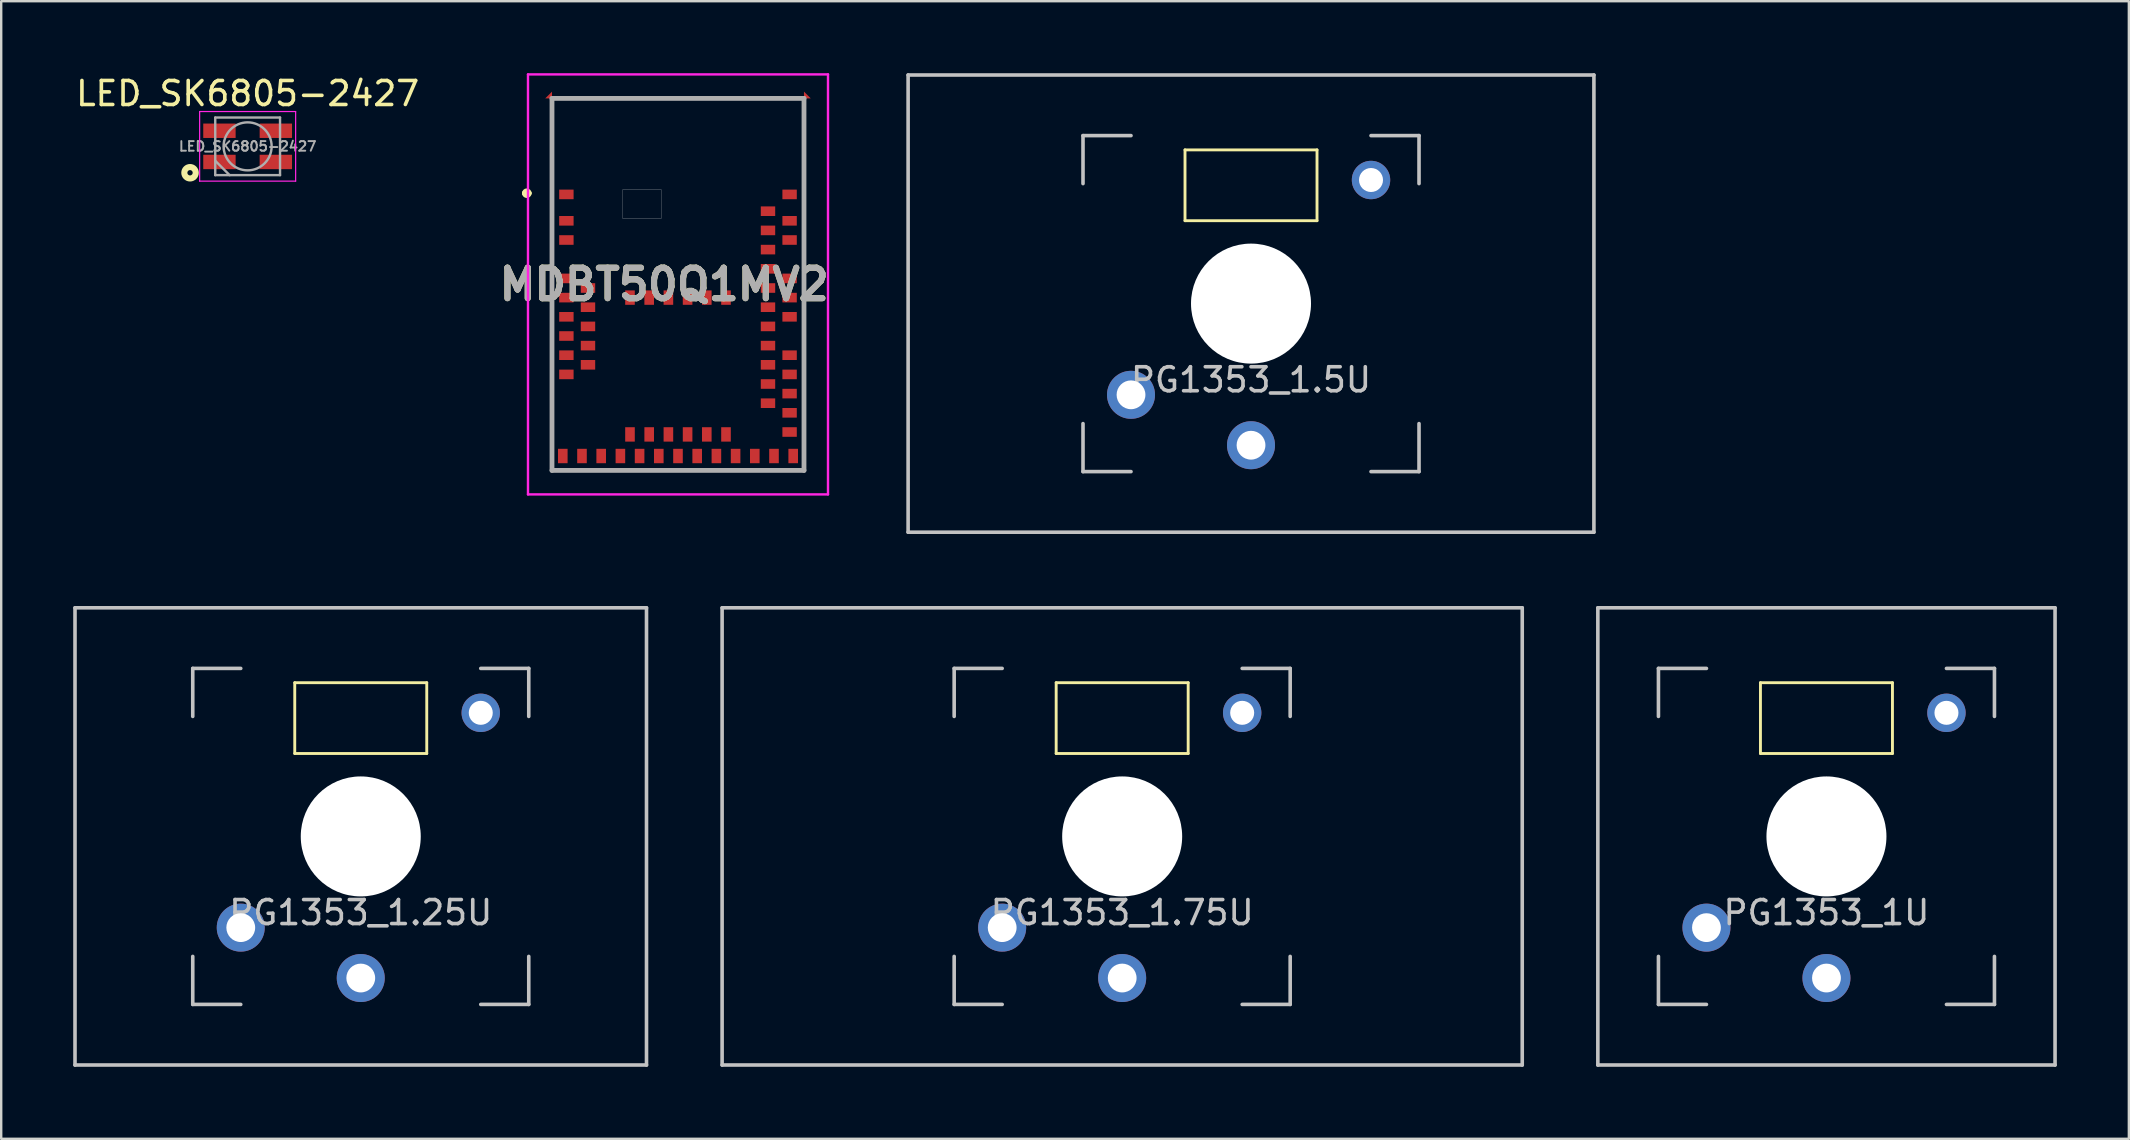
<source format=kicad_pcb>
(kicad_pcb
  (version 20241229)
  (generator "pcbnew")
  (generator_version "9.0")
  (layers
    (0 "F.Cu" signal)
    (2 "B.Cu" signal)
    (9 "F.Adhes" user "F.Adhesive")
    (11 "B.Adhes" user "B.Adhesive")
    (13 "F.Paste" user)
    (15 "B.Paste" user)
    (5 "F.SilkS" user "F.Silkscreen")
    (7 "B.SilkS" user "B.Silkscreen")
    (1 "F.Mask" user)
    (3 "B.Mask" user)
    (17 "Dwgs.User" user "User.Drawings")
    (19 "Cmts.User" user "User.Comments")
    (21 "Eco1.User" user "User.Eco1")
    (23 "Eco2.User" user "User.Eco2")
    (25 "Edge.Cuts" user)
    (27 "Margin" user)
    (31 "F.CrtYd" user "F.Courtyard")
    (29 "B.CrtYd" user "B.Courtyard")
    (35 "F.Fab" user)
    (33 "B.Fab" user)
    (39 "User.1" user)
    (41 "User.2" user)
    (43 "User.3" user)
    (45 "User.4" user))
  (footprint "PG1353_1.75U"
    (layer "F.Cu")
    (at 43.706 31.8)
    (property "Reference" "PG1353_1.75U" (at 0 3.175 0) (layer "Dwgs.User") (effects (font (size 1 1) (thickness 0.15))))
    (attr through_hole)
    (fp_line (start -2.75 -6.405) (end 2.75 -6.405) (stroke (width 0.12) (type solid)) (layer "F.SilkS"))
    (fp_line (start -2.75 -3.455) (end -2.75 -6.405) (stroke (width 0.12) (type solid)) (layer "F.SilkS"))
    (fp_line (start 2.75 -6.405) (end 2.75 -3.455) (stroke (width 0.12) (type solid)) (layer "F.SilkS"))
    (fp_line (start 2.75 -3.455) (end -2.75 -3.455) (stroke (width 0.12) (type solid)) (layer "F.SilkS"))
    (fp_line (start -16.669 -9.525) (end 16.669 -9.525) (stroke (width 0.15) (type solid)) (layer "Dwgs.User"))
    (fp_line (start -16.669 9.525) (end -16.669 -9.525) (stroke (width 0.15) (type solid)) (layer "Dwgs.User"))
    (fp_line (start -7 -7) (end -7 -5) (stroke (width 0.15) (type solid)) (layer "Dwgs.User"))
    (fp_line (start -7 7) (end -7 5) (stroke (width 0.15) (type solid)) (layer "Dwgs.User"))
    (fp_line (start -5 -7) (end -7 -7) (stroke (width 0.15) (type solid)) (layer "Dwgs.User"))
    (fp_line (start -5 7) (end -7 7) (stroke (width 0.15) (type solid)) (layer "Dwgs.User"))
    (fp_line (start 5 7) (end 7 7) (stroke (width 0.15) (type solid)) (layer "Dwgs.User"))
    (fp_line (start 7 -7) (end 5 -7) (stroke (width 0.15) (type solid)) (layer "Dwgs.User"))
    (fp_line (start 7 -5) (end 7 -7) (stroke (width 0.15) (type solid)) (layer "Dwgs.User"))
    (fp_line (start 7 7) (end 7 5) (stroke (width 0.15) (type solid)) (layer "Dwgs.User"))
    (fp_line (start 16.669 -9.525) (end 16.669 9.525) (stroke (width 0.15) (type solid)) (layer "Dwgs.User"))
    (fp_line (start 16.669 9.525) (end -16.669 9.525) (stroke (width 0.15) (type solid)) (layer "Dwgs.User"))
    (pad "" np_thru_hole circle (at 0 0 180) (size 5 5) (drill 5) (layers "*.Cu" "*.Mask"))
    (pad "" thru_hole circle (at 5 -5.15 180) (size 1.6 1.6) (drill 1) (layers "*.Cu" "B.Mask"))
    (pad "1" thru_hole circle (at 0 5.9 180) (size 2 2) (drill 1.2) (layers "*.Cu" "B.Mask"))
    (pad "2" thru_hole circle (at -5 3.8 180) (size 2 2) (drill 1.2) (layers "*.Cu" "B.Mask")))
  (footprint "LED_SK6805-2427"
    (layer "F.Cu")
    (at 7.268 3.048)
    (property "Reference" "LED_SK6805-2427" (at 0 -2.2 0) (layer "F.SilkS") (effects (font (size 1 1) (thickness 0.15))))
    (attr smd)
    (fp_circle (center -2.4 1.1) (end -2.289 1.1) (stroke (width 0.254) (type solid)) (fill no) (layer "F.SilkS"))
    (fp_line (start -2 -1.45) (end -2 1.45) (stroke (width 0.05) (type solid)) (layer "F.CrtYd"))
    (fp_line (start -2 1.45) (end 2 1.45) (stroke (width 0.05) (type solid)) (layer "F.CrtYd"))
    (fp_line (start 2 -1.45) (end -2 -1.45) (stroke (width 0.05) (type solid)) (layer "F.CrtYd"))
    (fp_line (start 2 1.45) (end 2 -1.45) (stroke (width 0.05) (type solid)) (layer "F.CrtYd"))
    (fp_line (start -1.35 -1.2) (end -1.35 1.2) (stroke (width 0.1) (type solid)) (layer "F.Fab"))
    (fp_line (start -1.35 0.6) (end -0.75 1.2) (stroke (width 0.1) (type solid)) (layer "F.Fab"))
    (fp_line (start -1.35 1.2) (end 1.35 1.2) (stroke (width 0.1) (type solid)) (layer "F.Fab"))
    (fp_line (start 1.35 -1.2) (end -1.35 -1.2) (stroke (width 0.1) (type solid)) (layer "F.Fab"))
    (fp_line (start 1.35 1.2) (end 1.35 -1.2) (stroke (width 0.1) (type solid)) (layer "F.Fab"))
    (fp_circle (center 0 0) (end 0 -1) (stroke (width 0.1) (type solid)) (fill no) (layer "F.Fab"))
    (fp_text user "${REFERENCE}" (at 0 0 0) (layer "F.Fab") (effects (font (size 0.4 0.4) (thickness 0.08))))
    (pad "1" smd rect (at -1.175 -0.65) (size 1.349 0.6) (layers "F.Cu" "F.Mask" "F.Paste"))
    (pad "2" smd rect (at -1.175 0.65) (size 1.349 0.6) (layers "F.Cu" "F.Mask" "F.Paste"))
    (pad "3" smd rect (at 1.175 0.65) (size 1.349 0.6) (layers "F.Cu" "F.Mask" "F.Paste"))
    (pad "4" smd rect (at 1.175 -0.65) (size 1.349 0.6) (layers "F.Cu" "F.Mask" "F.Paste")))
  (footprint "PG1353_1.5U"
    (layer "F.Cu")
    (at 49.074 9.6)
    (property "Reference" "PG1353_1.5U" (at 0 3.175 0) (layer "Dwgs.User") (effects (font (size 1 1) (thickness 0.15))))
    (attr through_hole)
    (fp_line (start -2.75 -6.405) (end 2.75 -6.405) (stroke (width 0.12) (type solid)) (layer "F.SilkS"))
    (fp_line (start -2.75 -3.455) (end -2.75 -6.405) (stroke (width 0.12) (type solid)) (layer "F.SilkS"))
    (fp_line (start 2.75 -6.405) (end 2.75 -3.455) (stroke (width 0.12) (type solid)) (layer "F.SilkS"))
    (fp_line (start 2.75 -3.455) (end -2.75 -3.455) (stroke (width 0.12) (type solid)) (layer "F.SilkS"))
    (fp_line (start -14.287 -9.525) (end 14.287 -9.525) (stroke (width 0.15) (type solid)) (layer "Dwgs.User"))
    (fp_line (start -14.287 9.525) (end -14.287 -9.525) (stroke (width 0.15) (type solid)) (layer "Dwgs.User"))
    (fp_line (start -7 -7) (end -7 -5) (stroke (width 0.15) (type solid)) (layer "Dwgs.User"))
    (fp_line (start -7 7) (end -7 5) (stroke (width 0.15) (type solid)) (layer "Dwgs.User"))
    (fp_line (start -5 -7) (end -7 -7) (stroke (width 0.15) (type solid)) (layer "Dwgs.User"))
    (fp_line (start -5 7) (end -7 7) (stroke (width 0.15) (type solid)) (layer "Dwgs.User"))
    (fp_line (start 5 7) (end 7 7) (stroke (width 0.15) (type solid)) (layer "Dwgs.User"))
    (fp_line (start 7 -7) (end 5 -7) (stroke (width 0.15) (type solid)) (layer "Dwgs.User"))
    (fp_line (start 7 -5) (end 7 -7) (stroke (width 0.15) (type solid)) (layer "Dwgs.User"))
    (fp_line (start 7 7) (end 7 5) (stroke (width 0.15) (type solid)) (layer "Dwgs.User"))
    (fp_line (start 14.287 -9.525) (end 14.287 9.525) (stroke (width 0.15) (type solid)) (layer "Dwgs.User"))
    (fp_line (start 14.287 9.525) (end -14.287 9.525) (stroke (width 0.15) (type solid)) (layer "Dwgs.User"))
    (pad "" np_thru_hole circle (at 0 0 180) (size 5 5) (drill 5) (layers "*.Cu" "*.Mask"))
    (pad "" thru_hole circle (at 5 -5.15 180) (size 1.6 1.6) (drill 1) (layers "*.Cu" "B.Mask"))
    (pad "1" thru_hole circle (at 0 5.9 180) (size 2 2) (drill 1.2) (layers "*.Cu" "B.Mask"))
    (pad "2" thru_hole circle (at -5 3.8 180) (size 2 2) (drill 1.2) (layers "*.Cu" "B.Mask")))
  (footprint "MDBT50Q1MV2"
    (layer "F.Cu")
    (at 25.199 16.55)
    (property "Reference" "MDBT50Q1MV2" (at -0.575 -7.75 0) (layer "F.SilkS") (effects (font (size 1.27 1.27) (thickness 0.254))))
    (attr smd)
    (fp_line (start -6.4 -11.55) (end -6.4 -11.55) (stroke (width 0.2) (type solid)) (layer "F.SilkS"))
    (fp_line (start -6.2 -11.55) (end -6.2 -11.55) (stroke (width 0.2) (type solid)) (layer "F.SilkS"))
    (fp_line (start -5.25 -0.1) (end -5.25 -15.4) (stroke (width 0.1) (type solid)) (layer "F.SilkS"))
    (fp_line (start -5.15 -15.5) (end 5.15 -15.5) (stroke (width 0.1) (type solid)) (layer "F.SilkS"))
    (fp_line (start 5.15 0) (end -5.15 0) (stroke (width 0.1) (type solid)) (layer "F.SilkS"))
    (fp_line (start 5.25 -15.4) (end 5.25 -0.1) (stroke (width 0.1) (type solid)) (layer "F.SilkS"))
    (fp_arc (start -6.4 -11.55) (mid -6.3 -11.65) (end -6.2 -11.55) (stroke (width 0.2) (type solid)) (layer "F.SilkS"))
    (fp_arc (start -6.2 -11.55) (mid -6.3 -11.45) (end -6.4 -11.55) (stroke (width 0.2) (type solid)) (layer "F.SilkS"))
    (fp_line (start -2.3 -11.7) (end -0.7 -11.7) (stroke (width 0.01) (type solid)) (layer "Dwgs.User"))
    (fp_line (start -2.3 -10.5) (end -2.3 -11.7) (stroke (width 0.01) (type solid)) (layer "Dwgs.User"))
    (fp_line (start -0.7 -11.7) (end -0.7 -10.5) (stroke (width 0.01) (type solid)) (layer "Dwgs.User"))
    (fp_line (start -0.7 -10.5) (end -2.3 -10.5) (stroke (width 0.01) (type solid)) (layer "Dwgs.User"))
    (fp_line (start -6.25 -16.5) (end 6.25 -16.5) (stroke (width 0.1) (type solid)) (layer "F.CrtYd"))
    (fp_line (start -6.25 1) (end -6.25 -16.5) (stroke (width 0.1) (type solid)) (layer "F.CrtYd"))
    (fp_line (start 6.25 -16.5) (end 6.25 1) (stroke (width 0.1) (type solid)) (layer "F.CrtYd"))
    (fp_line (start 6.25 1) (end -6.25 1) (stroke (width 0.1) (type solid)) (layer "F.CrtYd"))
    (fp_line (start -5.25 -15.5) (end 5.25 -15.5) (stroke (width 0.2) (type solid)) (layer "F.Fab"))
    (fp_line (start -5.25 0) (end -5.25 -15.5) (stroke (width 0.2) (type solid)) (layer "F.Fab"))
    (fp_line (start 5.25 -15.5) (end 5.25 0) (stroke (width 0.2) (type solid)) (layer "F.Fab"))
    (fp_line (start 5.25 0) (end -5.25 0) (stroke (width 0.2) (type solid)) (layer "F.Fab"))
    (fp_text user "${REFERENCE}" (at -0.575 -7.75 0) (layer "F.Fab") (effects (font (size 1.27 1.27) (thickness 0.254))))
    (pad "" smd trapezoid (at -5.32 -15.57 225) (size 0.2 0.2) (rect_delta 0 0.2) (layers "F.Cu" "F.Mask" "F.Paste"))
    (pad "" smd trapezoid (at -5.32 0.07 315) (size 0.2 0.2) (rect_delta 0 0.2) (layers "F.Mask" "F.Paste"))
    (pad "" smd trapezoid (at 5.32 -15.57 135) (size 0.2 0.2) (rect_delta 0 0.2) (layers "F.Cu" "F.Mask" "F.Paste"))
    (pad "" smd trapezoid (at 5.32 0.07 45) (size 0.2 0.2) (rect_delta 0 0.2) (layers "F.Mask" "F.Paste"))
    (pad "1" smd rect (at -4.65 -11.5 90) (size 0.4 0.6) (layers "F.Cu" "F.Mask" "F.Paste"))
    (pad "2" smd rect (at -4.65 -10.4 90) (size 0.4 0.6) (layers "F.Cu" "F.Mask" "F.Paste"))
    (pad "3" smd rect (at -4.65 -9.6 90) (size 0.4 0.6) (layers "F.Cu" "F.Mask" "F.Paste"))
    (pad "4" smd rect (at -4.65 -8 90) (size 0.4 0.6) (layers "F.Cu" "F.Mask" "F.Paste"))
    (pad "5" smd rect (at -3.75 -7.6 90) (size 0.4 0.6) (layers "F.Cu" "F.Mask" "F.Paste"))
    (pad "6" smd rect (at -4.65 -7.2 90) (size 0.4 0.6) (layers "F.Cu" "F.Mask" "F.Paste"))
    (pad "7" smd rect (at -3.75 -6.8 90) (size 0.4 0.6) (layers "F.Cu" "F.Mask" "F.Paste"))
    (pad "8" smd rect (at -4.65 -6.4 90) (size 0.4 0.6) (layers "F.Cu" "F.Mask" "F.Paste"))
    (pad "9" smd rect (at -3.75 -6 90) (size 0.4 0.6) (layers "F.Cu" "F.Mask" "F.Paste"))
    (pad "10" smd rect (at -4.65 -5.6 90) (size 0.4 0.6) (layers "F.Cu" "F.Mask" "F.Paste"))
    (pad "11" smd rect (at -3.75 -5.2 90) (size 0.4 0.6) (layers "F.Cu" "F.Mask" "F.Paste"))
    (pad "12" smd rect (at -4.65 -4.8 90) (size 0.4 0.6) (layers "F.Cu" "F.Mask" "F.Paste"))
    (pad "13" smd rect (at -3.75 -4.4 90) (size 0.4 0.6) (layers "F.Cu" "F.Mask" "F.Paste"))
    (pad "14" smd rect (at -4.65 -4 90) (size 0.4 0.6) (layers "F.Cu" "F.Mask" "F.Paste"))
    (pad "15" smd rect (at -4.8 -0.6) (size 0.4 0.6) (layers "F.Cu" "F.Mask" "F.Paste"))
    (pad "16" smd rect (at -4 -0.6) (size 0.4 0.6) (layers "F.Cu" "F.Mask" "F.Paste"))
    (pad "17" smd rect (at -3.2 -0.6) (size 0.4 0.6) (layers "F.Cu" "F.Mask" "F.Paste"))
    (pad "18" smd rect (at -2.4 -0.6) (size 0.4 0.6) (layers "F.Cu" "F.Mask" "F.Paste"))
    (pad "19" smd rect (at -2 -1.5) (size 0.4 0.6) (layers "F.Cu" "F.Mask" "F.Paste"))
    (pad "20" smd rect (at -1.6 -0.6) (size 0.4 0.6) (layers "F.Cu" "F.Mask" "F.Paste"))
    (pad "21" smd rect (at -1.2 -1.5) (size 0.4 0.6) (layers "F.Cu" "F.Mask" "F.Paste"))
    (pad "22" smd rect (at -0.8 -0.6) (size 0.4 0.6) (layers "F.Cu" "F.Mask" "F.Paste"))
    (pad "23" smd rect (at -0.4 -1.5) (size 0.4 0.6) (layers "F.Cu" "F.Mask" "F.Paste"))
    (pad "24" smd rect (at 0 -0.6) (size 0.4 0.6) (layers "F.Cu" "F.Mask" "F.Paste"))
    (pad "25" smd rect (at 0.4 -1.5) (size 0.4 0.6) (layers "F.Cu" "F.Mask" "F.Paste"))
    (pad "26" smd rect (at 0.8 -0.6) (size 0.4 0.6) (layers "F.Cu" "F.Mask" "F.Paste"))
    (pad "27" smd rect (at 1.2 -1.5) (size 0.4 0.6) (layers "F.Cu" "F.Mask" "F.Paste"))
    (pad "28" smd rect (at 1.6 -0.6) (size 0.4 0.6) (layers "F.Cu" "F.Mask" "F.Paste"))
    (pad "29" smd rect (at 2 -1.5) (size 0.4 0.6) (layers "F.Cu" "F.Mask" "F.Paste"))
    (pad "30" smd rect (at 2.4 -0.6) (size 0.4 0.6) (layers "F.Cu" "F.Mask" "F.Paste"))
    (pad "31" smd rect (at 3.2 -0.6) (size 0.4 0.6) (layers "F.Cu" "F.Mask" "F.Paste"))
    (pad "32" smd rect (at 4 -0.6) (size 0.4 0.6) (layers "F.Cu" "F.Mask" "F.Paste"))
    (pad "33" smd rect (at 4.8 -0.6) (size 0.4 0.6) (layers "F.Cu" "F.Mask" "F.Paste"))
    (pad "34" smd rect (at 4.65 -1.6 90) (size 0.4 0.6) (layers "F.Cu" "F.Mask" "F.Paste"))
    (pad "35" smd rect (at 4.65 -2.4 90) (size 0.4 0.6) (layers "F.Cu" "F.Mask" "F.Paste"))
    (pad "36" smd rect (at 3.75 -2.8 90) (size 0.4 0.6) (layers "F.Cu" "F.Mask" "F.Paste"))
    (pad "37" smd rect (at 4.65 -3.2 90) (size 0.4 0.6) (layers "F.Cu" "F.Mask" "F.Paste"))
    (pad "38" smd rect (at 3.75 -3.6 90) (size 0.4 0.6) (layers "F.Cu" "F.Mask" "F.Paste"))
    (pad "39" smd rect (at 4.65 -4 90) (size 0.4 0.6) (layers "F.Cu" "F.Mask" "F.Paste"))
    (pad "40" smd rect (at 3.75 -4.4 90) (size 0.4 0.6) (layers "F.Cu" "F.Mask" "F.Paste"))
    (pad "41" smd rect (at 4.65 -4.8 90) (size 0.4 0.6) (layers "F.Cu" "F.Mask" "F.Paste"))
    (pad "42" smd rect (at 3.75 -5.2 90) (size 0.4 0.6) (layers "F.Cu" "F.Mask" "F.Paste"))
    (pad "43" smd rect (at 3.75 -6 90) (size 0.4 0.6) (layers "F.Cu" "F.Mask" "F.Paste"))
    (pad "44" smd rect (at 4.65 -6.4 90) (size 0.4 0.6) (layers "F.Cu" "F.Mask" "F.Paste"))
    (pad "45" smd rect (at 3.75 -6.8 90) (size 0.4 0.6) (layers "F.Cu" "F.Mask" "F.Paste"))
    (pad "46" smd rect (at 4.65 -7.2 90) (size 0.4 0.6) (layers "F.Cu" "F.Mask" "F.Paste"))
    (pad "47" smd rect (at 3.75 -7.6 90) (size 0.4 0.6) (layers "F.Cu" "F.Mask" "F.Paste"))
    (pad "48" smd rect (at 4.65 -8 90) (size 0.4 0.6) (layers "F.Cu" "F.Mask" "F.Paste"))
    (pad "49" smd rect (at 3.75 -8.4 90) (size 0.4 0.6) (layers "F.Cu" "F.Mask" "F.Paste"))
    (pad "50" smd rect (at 3.75 -9.2 90) (size 0.4 0.6) (layers "F.Cu" "F.Mask" "F.Paste"))
    (pad "51" smd rect (at 4.65 -9.6 90) (size 0.4 0.6) (layers "F.Cu" "F.Mask" "F.Paste"))
    (pad "52" smd rect (at 3.75 -10 90) (size 0.4 0.6) (layers "F.Cu" "F.Mask" "F.Paste"))
    (pad "53" smd rect (at 4.65 -10.4 90) (size 0.4 0.6) (layers "F.Cu" "F.Mask" "F.Paste"))
    (pad "54" smd rect (at 3.75 -10.8 90) (size 0.4 0.6) (layers "F.Cu" "F.Mask" "F.Paste"))
    (pad "55" smd rect (at 4.65 -11.5 90) (size 0.4 0.6) (layers "F.Cu" "F.Mask" "F.Paste"))
    (pad "56" smd rect (at -2 -7.2) (size 0.4 0.6) (layers "F.Cu" "F.Mask" "F.Paste"))
    (pad "57" smd rect (at -1.2 -7.2) (size 0.4 0.6) (layers "F.Cu" "F.Mask" "F.Paste"))
    (pad "58" smd rect (at -0.4 -7.2) (size 0.4 0.6) (layers "F.Cu" "F.Mask" "F.Paste"))
    (pad "59" smd rect (at 0.4 -7.2) (size 0.4 0.6) (layers "F.Cu" "F.Mask" "F.Paste"))
    (pad "60" smd rect (at 1.2 -7.2) (size 0.4 0.6) (layers "F.Cu" "F.Mask" "F.Paste"))
    (pad "61" smd rect (at 2 -7.2) (size 0.4 0.6) (layers "F.Cu" "F.Mask" "F.Paste")))
  (footprint "PG1353_1.25U"
    (layer "F.Cu")
    (at 11.981 31.8)
    (property "Reference" "PG1353_1.25U" (at 0 3.175 0) (layer "Dwgs.User") (effects (font (size 1 1) (thickness 0.15))))
    (attr through_hole)
    (fp_line (start -2.75 -6.405) (end 2.75 -6.405) (stroke (width 0.12) (type solid)) (layer "F.SilkS"))
    (fp_line (start -2.75 -3.455) (end -2.75 -6.405) (stroke (width 0.12) (type solid)) (layer "F.SilkS"))
    (fp_line (start 2.75 -6.405) (end 2.75 -3.455) (stroke (width 0.12) (type solid)) (layer "F.SilkS"))
    (fp_line (start 2.75 -3.455) (end -2.75 -3.455) (stroke (width 0.12) (type solid)) (layer "F.SilkS"))
    (fp_line (start -11.906 -9.525) (end 11.906 -9.525) (stroke (width 0.15) (type solid)) (layer "Dwgs.User"))
    (fp_line (start -11.906 9.525) (end -11.906 -9.525) (stroke (width 0.15) (type solid)) (layer "Dwgs.User"))
    (fp_line (start -7 -7) (end -7 -5) (stroke (width 0.15) (type solid)) (layer "Dwgs.User"))
    (fp_line (start -7 7) (end -7 5) (stroke (width 0.15) (type solid)) (layer "Dwgs.User"))
    (fp_line (start -5 -7) (end -7 -7) (stroke (width 0.15) (type solid)) (layer "Dwgs.User"))
    (fp_line (start -5 7) (end -7 7) (stroke (width 0.15) (type solid)) (layer "Dwgs.User"))
    (fp_line (start 5 7) (end 7 7) (stroke (width 0.15) (type solid)) (layer "Dwgs.User"))
    (fp_line (start 7 -7) (end 5 -7) (stroke (width 0.15) (type solid)) (layer "Dwgs.User"))
    (fp_line (start 7 -5) (end 7 -7) (stroke (width 0.15) (type solid)) (layer "Dwgs.User"))
    (fp_line (start 7 7) (end 7 5) (stroke (width 0.15) (type solid)) (layer "Dwgs.User"))
    (fp_line (start 11.906 -9.525) (end 11.906 9.525) (stroke (width 0.15) (type solid)) (layer "Dwgs.User"))
    (fp_line (start 11.906 9.525) (end -11.906 9.525) (stroke (width 0.15) (type solid)) (layer "Dwgs.User"))
    (pad "" np_thru_hole circle (at 0 0 180) (size 5 5) (drill 5) (layers "*.Cu" "*.Mask"))
    (pad "" thru_hole circle (at 5 -5.15 180) (size 1.6 1.6) (drill 1) (layers "*.Cu" "B.Mask"))
    (pad "1" thru_hole circle (at 0 5.9 180) (size 2 2) (drill 1.2) (layers "*.Cu" "B.Mask"))
    (pad "2" thru_hole circle (at -5 3.8 180) (size 2 2) (drill 1.2) (layers "*.Cu" "B.Mask")))
  (footprint "PG1353_1U"
    (layer "F.Cu")
    (at 73.05 31.8)
    (property "Reference" "PG1353_1U" (at 0 3.175 0) (layer "Dwgs.User") (effects (font (size 1 1) (thickness 0.15))))
    (attr through_hole)
    (fp_line (start -2.75 -6.405) (end 2.75 -6.405) (stroke (width 0.12) (type solid)) (layer "F.SilkS"))
    (fp_line (start -2.75 -3.455) (end -2.75 -6.405) (stroke (width 0.12) (type solid)) (layer "F.SilkS"))
    (fp_line (start 2.75 -6.405) (end 2.75 -3.455) (stroke (width 0.12) (type solid)) (layer "F.SilkS"))
    (fp_line (start 2.75 -3.455) (end -2.75 -3.455) (stroke (width 0.12) (type solid)) (layer "F.SilkS"))
    (fp_line (start -9.525 -9.525) (end 9.525 -9.525) (stroke (width 0.15) (type solid)) (layer "Dwgs.User"))
    (fp_line (start -9.525 9.525) (end -9.525 -9.525) (stroke (width 0.15) (type solid)) (layer "Dwgs.User"))
    (fp_line (start -7 -7) (end -7 -5) (stroke (width 0.15) (type solid)) (layer "Dwgs.User"))
    (fp_line (start -7 7) (end -7 5) (stroke (width 0.15) (type solid)) (layer "Dwgs.User"))
    (fp_line (start -5 -7) (end -7 -7) (stroke (width 0.15) (type solid)) (layer "Dwgs.User"))
    (fp_line (start -5 7) (end -7 7) (stroke (width 0.15) (type solid)) (layer "Dwgs.User"))
    (fp_line (start 5 7) (end 7 7) (stroke (width 0.15) (type solid)) (layer "Dwgs.User"))
    (fp_line (start 7 -7) (end 5 -7) (stroke (width 0.15) (type solid)) (layer "Dwgs.User"))
    (fp_line (start 7 -5) (end 7 -7) (stroke (width 0.15) (type solid)) (layer "Dwgs.User"))
    (fp_line (start 7 7) (end 7 5) (stroke (width 0.15) (type solid)) (layer "Dwgs.User"))
    (fp_line (start 9.525 -9.525) (end 9.525 9.525) (stroke (width 0.15) (type solid)) (layer "Dwgs.User"))
    (fp_line (start 9.525 9.525) (end -9.525 9.525) (stroke (width 0.15) (type solid)) (layer "Dwgs.User"))
    (pad "" np_thru_hole circle (at 0 0 180) (size 5 5) (drill 5) (layers "*.Cu" "*.Mask"))
    (pad "" thru_hole circle (at 5 -5.15 180) (size 1.6 1.6) (drill 1) (layers "*.Cu" "B.Mask"))
    (pad "1" thru_hole circle (at 0 5.9 180) (size 2 2) (drill 1.2) (layers "*.Cu" "B.Mask"))
    (pad "2" thru_hole circle (at -5 3.8 180) (size 2 2) (drill 1.2) (layers "*.Cu" "B.Mask")))
  (gr_rect
    (start -3 -3)
    (end 85.65 44.4)
    (stroke (width 0.1) (type default))
    (fill no)
    (layer "Edge.Cuts")))
</source>
